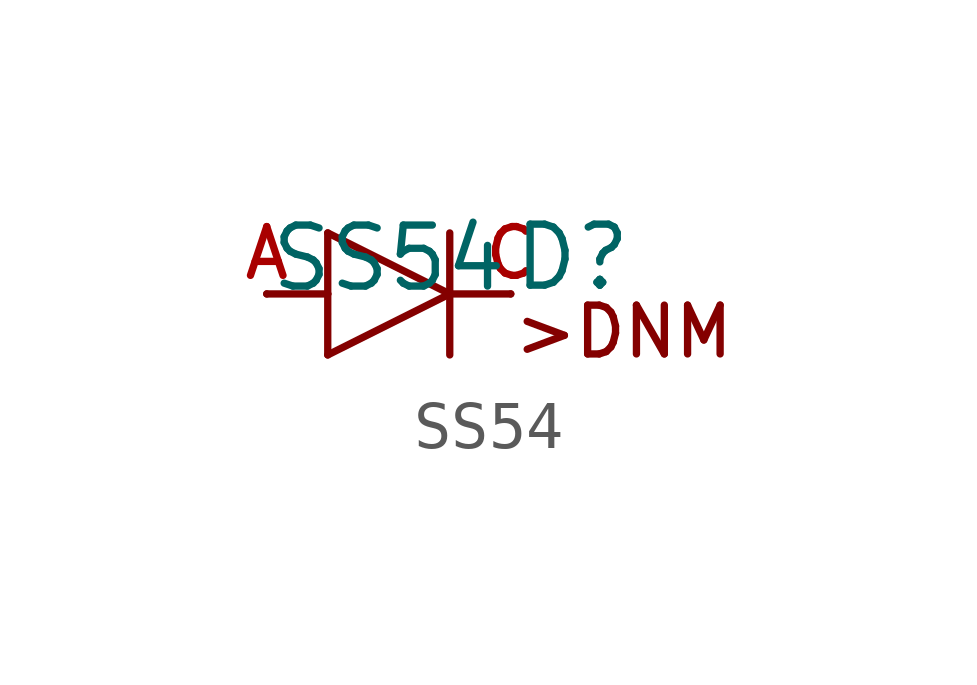
<source format=kicad_sym>
(kicad_symbol_lib
  (version 20211014)
  (generator kicad_symbol_editor)
  (symbol "SS54"
    (pin_names
      (offset 1.016))
    (property "Reference" "D"
      (at 2.54 0.762 0)
      (effects (font (size 1.27 1.27)) (justify left)))
    (property "Value" "SS54"
      (at 0 0.0 0)
      (effects (font (size 1.27 1.27)) (justify bottom)))
    (symbol "SS54_0_0"
      (polyline (pts (xy -1.27 -1.27) (xy 1.27 0.0)) (stroke (width 0.152)))
      (polyline (pts (xy 1.27 0.0) (xy -1.27 1.27)) (stroke (width 0.152)))
      (polyline (pts (xy 1.27 1.27) (xy 1.27 0.0)) (stroke (width 0.152)))
      (polyline (pts (xy -1.27 1.27) (xy -1.27 0.0)) (stroke (width 0.152)))
      (polyline (pts (xy -1.27 0.0) (xy -1.27 -1.27)) (stroke (width 0.152)))
      (polyline (pts (xy 1.27 0.0) (xy 1.27 -1.27)) (stroke (width 0.152)))
      (polyline (pts (xy -1.27 0.0) (xy -2.54 0.0)) (stroke (width 0.152)))
      (polyline (pts (xy 2.54 0.0) (xy 1.27 0.0)) (stroke (width 0.152)))
      (text ">DNM" (at 2.54 -0.787 0) (effects (font (size 1.016 1.016)) (justify left)))
      (pin output line (at 2.54 0.0 0) (length 0) (name "~" (effects (font (size 1.016 1.016)))) (number "C" (effects (font (size 1.016 1.016)))))
      (pin input line (at -2.54 0.0 0) (length 0) (name "~" (effects (font (size 1.016 1.016)))) (number "A" (effects (font (size 1.016 1.016))))))))
</source>
